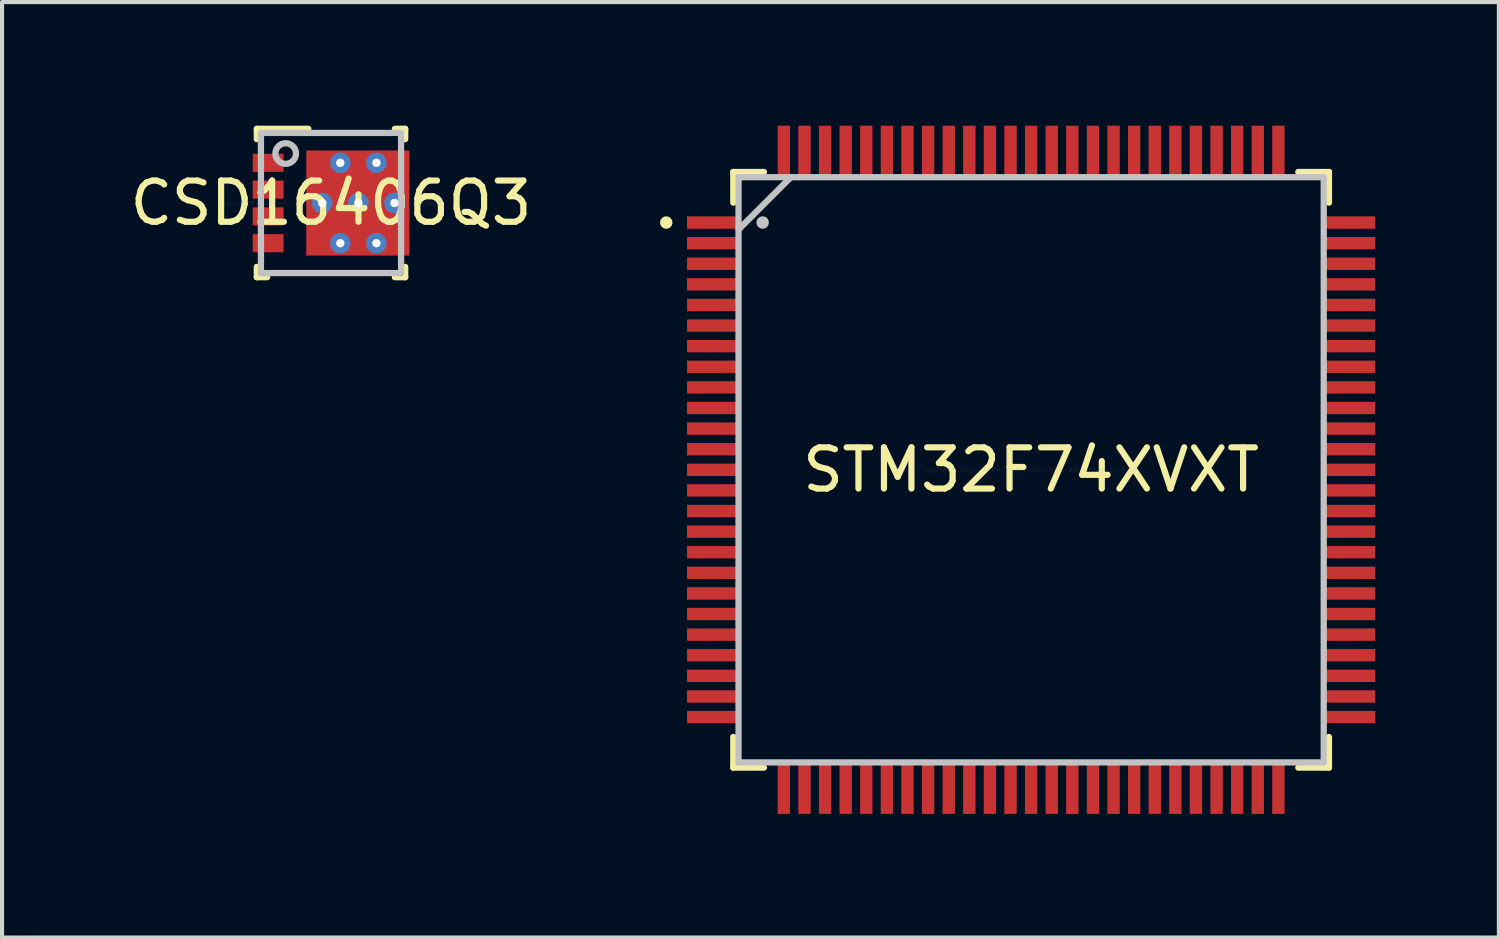
<source format=kicad_pcb>
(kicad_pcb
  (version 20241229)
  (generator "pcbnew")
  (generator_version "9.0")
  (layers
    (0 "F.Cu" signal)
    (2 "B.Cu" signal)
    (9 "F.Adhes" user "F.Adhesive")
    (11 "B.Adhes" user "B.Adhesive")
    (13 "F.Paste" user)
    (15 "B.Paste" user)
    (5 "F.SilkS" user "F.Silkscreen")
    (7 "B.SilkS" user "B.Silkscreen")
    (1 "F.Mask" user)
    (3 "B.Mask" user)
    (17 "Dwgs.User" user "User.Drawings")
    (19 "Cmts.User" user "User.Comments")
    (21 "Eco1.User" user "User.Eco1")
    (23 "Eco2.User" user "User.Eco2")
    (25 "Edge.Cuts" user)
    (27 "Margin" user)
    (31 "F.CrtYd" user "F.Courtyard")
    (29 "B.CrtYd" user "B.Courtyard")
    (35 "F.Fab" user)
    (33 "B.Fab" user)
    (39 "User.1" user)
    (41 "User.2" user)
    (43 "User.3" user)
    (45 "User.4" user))
  (footprint "STM32F74XVXT"
    (layer "F.Cu")
    (at 21.971 8.35)
    (property "Reference" "STM32F74XVXT" (at 0 0 0) (layer "F.SilkS") (effects (font (size 1 1) (thickness 0.15))))
    (attr through_hole)
    (fp_line (start -7.227 -7.227) (end -7.227 -6.483) (stroke (width 0.152) (type solid)) (layer "F.SilkS"))
    (fp_line (start -7.227 6.483) (end -7.227 7.227) (stroke (width 0.152) (type solid)) (layer "F.SilkS"))
    (fp_line (start -7.227 7.227) (end -6.483 7.227) (stroke (width 0.152) (type solid)) (layer "F.SilkS"))
    (fp_line (start -6.483 -7.227) (end -7.227 -7.227) (stroke (width 0.152) (type solid)) (layer "F.SilkS"))
    (fp_line (start 6.483 7.227) (end 7.227 7.227) (stroke (width 0.152) (type solid)) (layer "F.SilkS"))
    (fp_line (start 7.227 -7.227) (end 6.483 -7.227) (stroke (width 0.152) (type solid)) (layer "F.SilkS"))
    (fp_line (start 7.227 -6.483) (end 7.227 -7.227) (stroke (width 0.152) (type solid)) (layer "F.SilkS"))
    (fp_line (start 7.227 7.227) (end 7.227 6.483) (stroke (width 0.152) (type solid)) (layer "F.SilkS"))
    (fp_circle (center -8.854 -6) (end -8.778 -6) (stroke (width 0.152) (type solid)) (fill no) (layer "F.SilkS"))
    (fp_line (start -7.1 -7.1) (end -7.1 7.1) (stroke (width 0.152) (type solid)) (layer "Dwgs.User"))
    (fp_line (start -7.1 -5.83) (end -5.83 -7.1) (stroke (width 0.152) (type solid)) (layer "Dwgs.User"))
    (fp_line (start -7.1 7.1) (end 7.1 7.1) (stroke (width 0.152) (type solid)) (layer "Dwgs.User"))
    (fp_line (start 7.1 -7.1) (end -7.1 -7.1) (stroke (width 0.152) (type solid)) (layer "Dwgs.User"))
    (fp_line (start 7.1 7.1) (end 7.1 -7.1) (stroke (width 0.152) (type solid)) (layer "Dwgs.User"))
    (fp_circle (center -6.515 -6) (end -6.439 -6) (stroke (width 0.152) (type solid)) (fill no) (layer "Dwgs.User"))
    (fp_text user "Copyright 2016 Accelerated Designs. All rights reserved." (at 0 0 0) (layer "Cmts.User") (effects (font (size 0.127 0.127) (thickness 0.002))))
    (pad "1" smd rect (at -7.75 -6) (size 1.2 0.3) (layers "F.Cu" "F.Mask" "F.Paste"))
    (pad "2" smd rect (at -7.75 -5.5) (size 1.2 0.3) (layers "F.Cu" "F.Mask" "F.Paste"))
    (pad "3" smd rect (at -7.75 -5) (size 1.2 0.3) (layers "F.Cu" "F.Mask" "F.Paste"))
    (pad "4" smd rect (at -7.75 -4.5) (size 1.2 0.3) (layers "F.Cu" "F.Mask" "F.Paste"))
    (pad "5" smd rect (at -7.75 -4) (size 1.2 0.3) (layers "F.Cu" "F.Mask" "F.Paste"))
    (pad "6" smd rect (at -7.75 -3.5) (size 1.2 0.3) (layers "F.Cu" "F.Mask" "F.Paste"))
    (pad "7" smd rect (at -7.75 -3) (size 1.2 0.3) (layers "F.Cu" "F.Mask" "F.Paste"))
    (pad "8" smd rect (at -7.75 -2.5) (size 1.2 0.3) (layers "F.Cu" "F.Mask" "F.Paste"))
    (pad "9" smd rect (at -7.75 -2) (size 1.2 0.3) (layers "F.Cu" "F.Mask" "F.Paste"))
    (pad "10" smd rect (at -7.75 -1.5) (size 1.2 0.3) (layers "F.Cu" "F.Mask" "F.Paste"))
    (pad "11" smd rect (at -7.75 -1) (size 1.2 0.3) (layers "F.Cu" "F.Mask" "F.Paste"))
    (pad "12" smd rect (at -7.75 -0.5) (size 1.2 0.3) (layers "F.Cu" "F.Mask" "F.Paste"))
    (pad "13" smd rect (at -7.75 0) (size 1.2 0.3) (layers "F.Cu" "F.Mask" "F.Paste"))
    (pad "14" smd rect (at -7.75 0.5) (size 1.2 0.3) (layers "F.Cu" "F.Mask" "F.Paste"))
    (pad "15" smd rect (at -7.75 1) (size 1.2 0.3) (layers "F.Cu" "F.Mask" "F.Paste"))
    (pad "16" smd rect (at -7.75 1.5) (size 1.2 0.3) (layers "F.Cu" "F.Mask" "F.Paste"))
    (pad "17" smd rect (at -7.75 2) (size 1.2 0.3) (layers "F.Cu" "F.Mask" "F.Paste"))
    (pad "18" smd rect (at -7.75 2.5) (size 1.2 0.3) (layers "F.Cu" "F.Mask" "F.Paste"))
    (pad "19" smd rect (at -7.75 3) (size 1.2 0.3) (layers "F.Cu" "F.Mask" "F.Paste"))
    (pad "20" smd rect (at -7.75 3.5) (size 1.2 0.3) (layers "F.Cu" "F.Mask" "F.Paste"))
    (pad "21" smd rect (at -7.75 4) (size 1.2 0.3) (layers "F.Cu" "F.Mask" "F.Paste"))
    (pad "22" smd rect (at -7.75 4.5) (size 1.2 0.3) (layers "F.Cu" "F.Mask" "F.Paste"))
    (pad "23" smd rect (at -7.75 5) (size 1.2 0.3) (layers "F.Cu" "F.Mask" "F.Paste"))
    (pad "24" smd rect (at -7.75 5.5) (size 1.2 0.3) (layers "F.Cu" "F.Mask" "F.Paste"))
    (pad "25" smd rect (at -7.75 6) (size 1.2 0.3) (layers "F.Cu" "F.Mask" "F.Paste"))
    (pad "26" smd rect (at -6 7.75 90) (size 1.2 0.3) (layers "F.Cu" "F.Mask" "F.Paste"))
    (pad "27" smd rect (at -5.5 7.75 90) (size 1.2 0.3) (layers "F.Cu" "F.Mask" "F.Paste"))
    (pad "28" smd rect (at -5 7.75 90) (size 1.2 0.3) (layers "F.Cu" "F.Mask" "F.Paste"))
    (pad "29" smd rect (at -4.5 7.75 90) (size 1.2 0.3) (layers "F.Cu" "F.Mask" "F.Paste"))
    (pad "30" smd rect (at -4 7.75 90) (size 1.2 0.3) (layers "F.Cu" "F.Mask" "F.Paste"))
    (pad "31" smd rect (at -3.5 7.75 90) (size 1.2 0.3) (layers "F.Cu" "F.Mask" "F.Paste"))
    (pad "32" smd rect (at -3 7.75 90) (size 1.2 0.3) (layers "F.Cu" "F.Mask" "F.Paste"))
    (pad "33" smd rect (at -2.5 7.75 90) (size 1.2 0.3) (layers "F.Cu" "F.Mask" "F.Paste"))
    (pad "34" smd rect (at -2 7.75 90) (size 1.2 0.3) (layers "F.Cu" "F.Mask" "F.Paste"))
    (pad "35" smd rect (at -1.5 7.75 90) (size 1.2 0.3) (layers "F.Cu" "F.Mask" "F.Paste"))
    (pad "36" smd rect (at -1 7.75 90) (size 1.2 0.3) (layers "F.Cu" "F.Mask" "F.Paste"))
    (pad "37" smd rect (at -0.5 7.75 90) (size 1.2 0.3) (layers "F.Cu" "F.Mask" "F.Paste"))
    (pad "38" smd rect (at 0 7.75 90) (size 1.2 0.3) (layers "F.Cu" "F.Mask" "F.Paste"))
    (pad "39" smd rect (at 0.5 7.75 90) (size 1.2 0.3) (layers "F.Cu" "F.Mask" "F.Paste"))
    (pad "40" smd rect (at 1 7.75 90) (size 1.2 0.3) (layers "F.Cu" "F.Mask" "F.Paste"))
    (pad "41" smd rect (at 1.5 7.75 90) (size 1.2 0.3) (layers "F.Cu" "F.Mask" "F.Paste"))
    (pad "42" smd rect (at 2 7.75 90) (size 1.2 0.3) (layers "F.Cu" "F.Mask" "F.Paste"))
    (pad "43" smd rect (at 2.5 7.75 90) (size 1.2 0.3) (layers "F.Cu" "F.Mask" "F.Paste"))
    (pad "44" smd rect (at 3 7.75 90) (size 1.2 0.3) (layers "F.Cu" "F.Mask" "F.Paste"))
    (pad "45" smd rect (at 3.5 7.75 90) (size 1.2 0.3) (layers "F.Cu" "F.Mask" "F.Paste"))
    (pad "46" smd rect (at 4 7.75 90) (size 1.2 0.3) (layers "F.Cu" "F.Mask" "F.Paste"))
    (pad "47" smd rect (at 4.5 7.75 90) (size 1.2 0.3) (layers "F.Cu" "F.Mask" "F.Paste"))
    (pad "48" smd rect (at 5 7.75 90) (size 1.2 0.3) (layers "F.Cu" "F.Mask" "F.Paste"))
    (pad "49" smd rect (at 5.5 7.75 90) (size 1.2 0.3) (layers "F.Cu" "F.Mask" "F.Paste"))
    (pad "50" smd rect (at 6 7.75 90) (size 1.2 0.3) (layers "F.Cu" "F.Mask" "F.Paste"))
    (pad "51" smd rect (at 7.75 6) (size 1.2 0.3) (layers "F.Cu" "F.Mask" "F.Paste"))
    (pad "52" smd rect (at 7.75 5.5) (size 1.2 0.3) (layers "F.Cu" "F.Mask" "F.Paste"))
    (pad "53" smd rect (at 7.75 5) (size 1.2 0.3) (layers "F.Cu" "F.Mask" "F.Paste"))
    (pad "54" smd rect (at 7.75 4.5) (size 1.2 0.3) (layers "F.Cu" "F.Mask" "F.Paste"))
    (pad "55" smd rect (at 7.75 4) (size 1.2 0.3) (layers "F.Cu" "F.Mask" "F.Paste"))
    (pad "56" smd rect (at 7.75 3.5) (size 1.2 0.3) (layers "F.Cu" "F.Mask" "F.Paste"))
    (pad "57" smd rect (at 7.75 3) (size 1.2 0.3) (layers "F.Cu" "F.Mask" "F.Paste"))
    (pad "58" smd rect (at 7.75 2.5) (size 1.2 0.3) (layers "F.Cu" "F.Mask" "F.Paste"))
    (pad "59" smd rect (at 7.75 2) (size 1.2 0.3) (layers "F.Cu" "F.Mask" "F.Paste"))
    (pad "60" smd rect (at 7.75 1.5) (size 1.2 0.3) (layers "F.Cu" "F.Mask" "F.Paste"))
    (pad "61" smd rect (at 7.75 1) (size 1.2 0.3) (layers "F.Cu" "F.Mask" "F.Paste"))
    (pad "62" smd rect (at 7.75 0.5) (size 1.2 0.3) (layers "F.Cu" "F.Mask" "F.Paste"))
    (pad "63" smd rect (at 7.75 0) (size 1.2 0.3) (layers "F.Cu" "F.Mask" "F.Paste"))
    (pad "64" smd rect (at 7.75 -0.5) (size 1.2 0.3) (layers "F.Cu" "F.Mask" "F.Paste"))
    (pad "65" smd rect (at 7.75 -1) (size 1.2 0.3) (layers "F.Cu" "F.Mask" "F.Paste"))
    (pad "66" smd rect (at 7.75 -1.5) (size 1.2 0.3) (layers "F.Cu" "F.Mask" "F.Paste"))
    (pad "67" smd rect (at 7.75 -2) (size 1.2 0.3) (layers "F.Cu" "F.Mask" "F.Paste"))
    (pad "68" smd rect (at 7.75 -2.5) (size 1.2 0.3) (layers "F.Cu" "F.Mask" "F.Paste"))
    (pad "69" smd rect (at 7.75 -3) (size 1.2 0.3) (layers "F.Cu" "F.Mask" "F.Paste"))
    (pad "70" smd rect (at 7.75 -3.5) (size 1.2 0.3) (layers "F.Cu" "F.Mask" "F.Paste"))
    (pad "71" smd rect (at 7.75 -4) (size 1.2 0.3) (layers "F.Cu" "F.Mask" "F.Paste"))
    (pad "72" smd rect (at 7.75 -4.5) (size 1.2 0.3) (layers "F.Cu" "F.Mask" "F.Paste"))
    (pad "73" smd rect (at 7.75 -5) (size 1.2 0.3) (layers "F.Cu" "F.Mask" "F.Paste"))
    (pad "74" smd rect (at 7.75 -5.5) (size 1.2 0.3) (layers "F.Cu" "F.Mask" "F.Paste"))
    (pad "75" smd rect (at 7.75 -6) (size 1.2 0.3) (layers "F.Cu" "F.Mask" "F.Paste"))
    (pad "76" smd rect (at 6 -7.75 90) (size 1.2 0.3) (layers "F.Cu" "F.Mask" "F.Paste"))
    (pad "77" smd rect (at 5.5 -7.75 90) (size 1.2 0.3) (layers "F.Cu" "F.Mask" "F.Paste"))
    (pad "78" smd rect (at 5 -7.75 90) (size 1.2 0.3) (layers "F.Cu" "F.Mask" "F.Paste"))
    (pad "79" smd rect (at 4.5 -7.75 90) (size 1.2 0.3) (layers "F.Cu" "F.Mask" "F.Paste"))
    (pad "80" smd rect (at 4 -7.75 90) (size 1.2 0.3) (layers "F.Cu" "F.Mask" "F.Paste"))
    (pad "81" smd rect (at 3.5 -7.75 90) (size 1.2 0.3) (layers "F.Cu" "F.Mask" "F.Paste"))
    (pad "82" smd rect (at 3 -7.75 90) (size 1.2 0.3) (layers "F.Cu" "F.Mask" "F.Paste"))
    (pad "83" smd rect (at 2.5 -7.75 90) (size 1.2 0.3) (layers "F.Cu" "F.Mask" "F.Paste"))
    (pad "84" smd rect (at 2 -7.75 90) (size 1.2 0.3) (layers "F.Cu" "F.Mask" "F.Paste"))
    (pad "85" smd rect (at 1.5 -7.75 90) (size 1.2 0.3) (layers "F.Cu" "F.Mask" "F.Paste"))
    (pad "86" smd rect (at 1 -7.75 90) (size 1.2 0.3) (layers "F.Cu" "F.Mask" "F.Paste"))
    (pad "87" smd rect (at 0.5 -7.75 90) (size 1.2 0.3) (layers "F.Cu" "F.Mask" "F.Paste"))
    (pad "88" smd rect (at 0 -7.75 90) (size 1.2 0.3) (layers "F.Cu" "F.Mask" "F.Paste"))
    (pad "89" smd rect (at -0.5 -7.75 90) (size 1.2 0.3) (layers "F.Cu" "F.Mask" "F.Paste"))
    (pad "90" smd rect (at -1 -7.75 90) (size 1.2 0.3) (layers "F.Cu" "F.Mask" "F.Paste"))
    (pad "91" smd rect (at -1.5 -7.75 90) (size 1.2 0.3) (layers "F.Cu" "F.Mask" "F.Paste"))
    (pad "92" smd rect (at -2 -7.75 90) (size 1.2 0.3) (layers "F.Cu" "F.Mask" "F.Paste"))
    (pad "93" smd rect (at -2.5 -7.75 90) (size 1.2 0.3) (layers "F.Cu" "F.Mask" "F.Paste"))
    (pad "94" smd rect (at -3 -7.75 90) (size 1.2 0.3) (layers "F.Cu" "F.Mask" "F.Paste"))
    (pad "95" smd rect (at -3.5 -7.75 90) (size 1.2 0.3) (layers "F.Cu" "F.Mask" "F.Paste"))
    (pad "96" smd rect (at -4 -7.75 90) (size 1.2 0.3) (layers "F.Cu" "F.Mask" "F.Paste"))
    (pad "97" smd rect (at -4.5 -7.75 90) (size 1.2 0.3) (layers "F.Cu" "F.Mask" "F.Paste"))
    (pad "98" smd rect (at -5 -7.75 90) (size 1.2 0.3) (layers "F.Cu" "F.Mask" "F.Paste"))
    (pad "99" smd rect (at -5.5 -7.75 90) (size 1.2 0.3) (layers "F.Cu" "F.Mask" "F.Paste"))
    (pad "100" smd rect (at -6 -7.75 90) (size 1.2 0.3) (layers "F.Cu" "F.Mask" "F.Paste")))
  (footprint "CSD16406Q3"
    (layer "F.Cu")
    (at 4.982 1.876)
    (property "Reference" "CSD16406Q3" (at 0 0 0) (layer "F.SilkS") (effects (font (size 1 1) (thickness 0.15))))
    (attr through_hole)
    (fp_line (start -1.8 -1.8) (end -0.55 -1.8) (stroke (width 0.152) (type solid)) (layer "F.SilkS"))
    (fp_line (start -1.8 -1.55) (end -1.8 -1.8) (stroke (width 0.152) (type solid)) (layer "F.SilkS"))
    (fp_line (start -1.8 1.8) (end -1.8 1.55) (stroke (width 0.152) (type solid)) (layer "F.SilkS"))
    (fp_line (start -1.8 1.8) (end -1.55 1.8) (stroke (width 0.152) (type solid)) (layer "F.SilkS"))
    (fp_line (start 1.55 -1.8) (end 1.8 -1.8) (stroke (width 0.152) (type solid)) (layer "F.SilkS"))
    (fp_line (start 1.55 1.8) (end 1.8 1.8) (stroke (width 0.152) (type solid)) (layer "F.SilkS"))
    (fp_line (start 1.8 -1.55) (end 1.8 -1.8) (stroke (width 0.152) (type solid)) (layer "F.SilkS"))
    (fp_line (start 1.8 1.8) (end 1.8 1.55) (stroke (width 0.152) (type solid)) (layer "F.SilkS"))
    (fp_line (start -1.7 1.7) (end -1.7 -1.7) (stroke (width 0.152) (type solid)) (layer "Dwgs.User"))
    (fp_line (start -1.7 1.7) (end 1.7 1.7) (stroke (width 0.152) (type solid)) (layer "Dwgs.User"))
    (fp_line (start -1.7 -1.7) (end 1.7 -1.7) (stroke (width 0.152) (type solid)) (layer "Dwgs.User"))
    (fp_line (start 1.7 1.7) (end 1.7 -1.7) (stroke (width 0.152) (type solid)) (layer "Dwgs.User"))
    (fp_circle (center -1.1 -1.2) (end -0.85 -1.2) (stroke (width 0.152) (type solid)) (fill no) (layer "Dwgs.User"))
    (fp_text user "Copyright 2016 Accelerated Designs. All rights reserved." (at 0 0 0) (layer "Cmts.User") (effects (font (size 0.127 0.127) (thickness 0.002))))
    (pad "1" smd rect (at -1.525 -0.975 90) (size 0.44 0.75) (layers "F.Cu" "F.Mask" "F.Paste"))
    (pad "2" smd rect (at -1.525 -0.325 90) (size 0.44 0.75) (layers "F.Cu" "F.Mask" "F.Paste"))
    (pad "3" smd rect (at -1.525 0.325 90) (size 0.44 0.75) (layers "F.Cu" "F.Mask" "F.Paste"))
    (pad "4" smd rect (at -1.525 0.975 90) (size 0.44 0.75) (layers "F.Cu" "F.Mask" "F.Paste"))
    (pad "5" smd rect (at 1.525 0.975 90) (size 0.44 0.75) (layers "F.Cu" "F.Mask" "F.Paste"))
    (pad "6" smd rect (at 1.525 0.325 90) (size 0.44 0.75) (layers "F.Cu" "F.Mask" "F.Paste"))
    (pad "7" smd rect (at 1.525 -0.325 90) (size 0.44 0.75) (layers "F.Cu" "F.Mask" "F.Paste"))
    (pad "8" smd rect (at 1.525 -0.975 90) (size 0.44 0.75) (layers "F.Cu" "F.Mask" "F.Paste"))
    (pad "9" smd rect (at 0.65 0) (size 2.5 2.55) (layers "F.Cu" "F.Mask" "F.Paste"))
    (pad "V" thru_hole circle (at -0.212 0) (size 0.5 0.5) (drill 0.203) (layers "*.Cu" "*.Mask"))
    (pad "V" thru_hole circle (at 0.226 -0.975) (size 0.5 0.5) (drill 0.203) (layers "*.Cu" "*.Mask"))
    (pad "V" thru_hole circle (at 0.226 0.975) (size 0.5 0.5) (drill 0.203) (layers "*.Cu" "*.Mask"))
    (pad "V" thru_hole circle (at 0.664 0) (size 0.5 0.5) (drill 0.203) (layers "*.Cu" "*.Mask"))
    (pad "V" thru_hole circle (at 1.102 -0.975) (size 0.5 0.5) (drill 0.203) (layers "*.Cu" "*.Mask"))
    (pad "V" thru_hole circle (at 1.102 0.975) (size 0.5 0.5) (drill 0.203) (layers "*.Cu" "*.Mask"))
    (pad "V" thru_hole circle (at 1.54 0) (size 0.5 0.5) (drill 0.203) (layers "*.Cu" "*.Mask")))
  (gr_rect
    (start -3 -3)
    (end 33.321 19.7)
    (stroke (width 0.1) (type default))
    (fill no)
    (layer "Edge.Cuts")))
</source>
